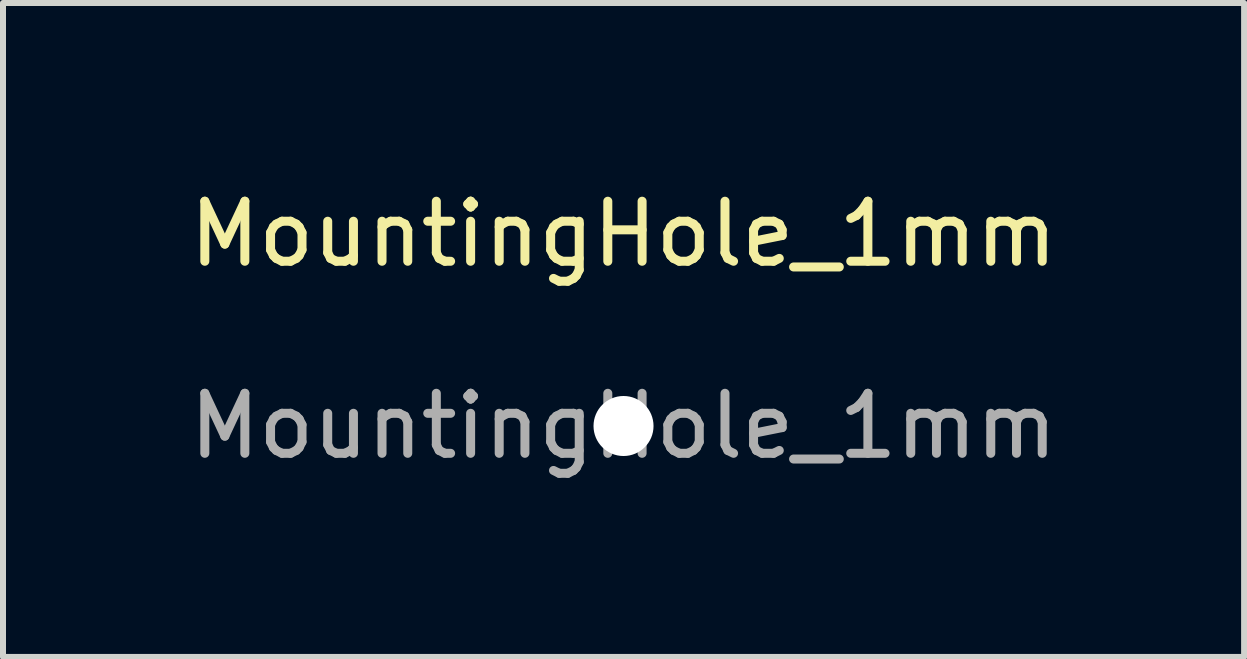
<source format=kicad_pcb>
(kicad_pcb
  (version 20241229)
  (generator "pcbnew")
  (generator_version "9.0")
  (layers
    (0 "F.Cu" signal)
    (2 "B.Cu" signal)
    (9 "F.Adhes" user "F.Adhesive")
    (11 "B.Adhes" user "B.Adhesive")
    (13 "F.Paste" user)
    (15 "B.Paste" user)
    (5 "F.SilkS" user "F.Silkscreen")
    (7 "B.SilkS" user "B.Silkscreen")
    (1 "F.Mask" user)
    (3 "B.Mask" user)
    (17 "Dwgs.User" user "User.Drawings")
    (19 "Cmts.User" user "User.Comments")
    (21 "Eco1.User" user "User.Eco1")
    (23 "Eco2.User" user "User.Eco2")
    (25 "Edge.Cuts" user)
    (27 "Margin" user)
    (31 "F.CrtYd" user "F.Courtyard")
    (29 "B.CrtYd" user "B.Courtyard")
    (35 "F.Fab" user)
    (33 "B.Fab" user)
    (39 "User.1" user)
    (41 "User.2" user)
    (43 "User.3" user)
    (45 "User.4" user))
  (footprint "MountingHole_1mm"
    (layer "F.Cu")
    (at 7.339 4.048)
    (property "Reference" "MountingHole_1mm" (at 0 -3.2 0) (layer "F.SilkS") (effects (font (size 1 1) (thickness 0.15))))
    (attr exclude_from_pos_files exclude_from_bom)
    (fp_text user "${REFERENCE}" (at 0 0 0) (layer "F.Fab") (effects (font (size 1 1) (thickness 0.15))))
    (pad "" np_thru_hole circle (at 0 0) (size 1 1) (drill 1) (layers "*.Cu" "*.Mask")))
  (gr_rect
    (start -3 -3)
    (end 17.679 7.896)
    (stroke (width 0.1) (type default))
    (fill no)
    (layer "Edge.Cuts")))
</source>
